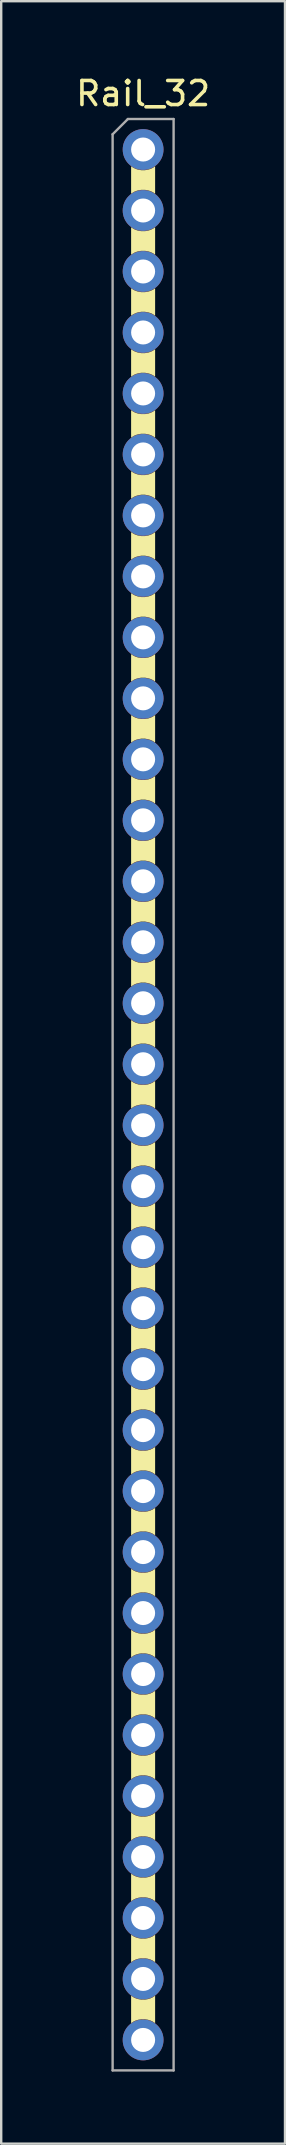
<source format=kicad_pcb>
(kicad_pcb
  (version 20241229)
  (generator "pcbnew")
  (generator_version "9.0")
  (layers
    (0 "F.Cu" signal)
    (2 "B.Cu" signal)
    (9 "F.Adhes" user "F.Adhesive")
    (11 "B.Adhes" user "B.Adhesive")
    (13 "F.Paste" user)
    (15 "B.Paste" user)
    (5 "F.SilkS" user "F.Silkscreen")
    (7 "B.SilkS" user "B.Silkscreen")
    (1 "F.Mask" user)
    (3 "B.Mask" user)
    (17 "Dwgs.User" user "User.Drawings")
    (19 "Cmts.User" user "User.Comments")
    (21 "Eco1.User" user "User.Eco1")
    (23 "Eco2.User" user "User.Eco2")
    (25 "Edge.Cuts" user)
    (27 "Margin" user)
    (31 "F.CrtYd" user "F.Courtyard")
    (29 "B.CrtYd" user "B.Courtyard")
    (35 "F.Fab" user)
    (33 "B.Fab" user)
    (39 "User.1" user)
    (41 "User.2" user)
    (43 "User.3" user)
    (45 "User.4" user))
  (footprint "Rail_32"
    (layer "F.Cu")
    (at 2.911 3.178)
    (property "Reference" "Rail_32" (at 0 -2.33 0) (layer "F.SilkS") (effects (font (size 1 1) (thickness 0.15))))
    (attr through_hole)
    (fp_poly (pts (xy 0.5 1.84) (xy 0.39 1.77) (xy 0.3 1.73) (xy 0.2 1.7) (xy 0.08 1.68) (xy 0 1.68) (xy -0.08 1.68) (xy -0.2 1.7) (xy -0.3 1.73) (xy -0.39 1.77) (xy -0.5 1.84) (xy -0.5 0.7) (xy -0.39 0.77) (xy -0.3 0.81) (xy -0.2 0.84) (xy -0.08 0.86) (xy 0 0.86) (xy 0.08 0.86) (xy 0.2 0.84) (xy 0.3 0.81) (xy 0.39 0.77) (xy 0.5 0.7)) (stroke (width 0) (type solid)) (fill yes) (layer "F.SilkS"))
    (fp_poly (pts (xy 0.5 4.38) (xy 0.39 4.31) (xy 0.3 4.27) (xy 0.2 4.24) (xy 0.08 4.22) (xy 0 4.22) (xy -0.08 4.22) (xy -0.2 4.24) (xy -0.3 4.27) (xy -0.39 4.31) (xy -0.5 4.38) (xy -0.5 3.24) (xy -0.39 3.31) (xy -0.3 3.35) (xy -0.2 3.38) (xy -0.08 3.4) (xy 0 3.4) (xy 0.08 3.4) (xy 0.2 3.38) (xy 0.3 3.35) (xy 0.39 3.31) (xy 0.5 3.24)) (stroke (width 0) (type solid)) (fill yes) (layer "F.SilkS"))
    (fp_poly (pts (xy 0.5 6.92) (xy 0.39 6.85) (xy 0.3 6.81) (xy 0.2 6.78) (xy 0.08 6.76) (xy 0 6.76) (xy -0.08 6.76) (xy -0.2 6.78) (xy -0.3 6.81) (xy -0.39 6.85) (xy -0.5 6.92) (xy -0.5 5.78) (xy -0.39 5.85) (xy -0.3 5.89) (xy -0.2 5.92) (xy -0.08 5.94) (xy 0 5.94) (xy 0.08 5.94) (xy 0.2 5.92) (xy 0.3 5.89) (xy 0.39 5.85) (xy 0.5 5.78)) (stroke (width 0) (type solid)) (fill yes) (layer "F.SilkS"))
    (fp_poly (pts (xy 0.5 9.46) (xy 0.39 9.39) (xy 0.3 9.35) (xy 0.2 9.32) (xy 0.08 9.3) (xy 0 9.3) (xy -0.08 9.3) (xy -0.2 9.32) (xy -0.3 9.35) (xy -0.39 9.39) (xy -0.5 9.46) (xy -0.5 8.32) (xy -0.39 8.39) (xy -0.3 8.43) (xy -0.2 8.46) (xy -0.08 8.48) (xy 0 8.48) (xy 0.08 8.48) (xy 0.2 8.46) (xy 0.3 8.43) (xy 0.39 8.39) (xy 0.5 8.32)) (stroke (width 0) (type solid)) (fill yes) (layer "F.SilkS"))
    (fp_poly (pts (xy 0.5 12) (xy 0.39 11.93) (xy 0.3 11.89) (xy 0.2 11.86) (xy 0.08 11.84) (xy 0 11.84) (xy -0.08 11.84) (xy -0.2 11.86) (xy -0.3 11.89) (xy -0.39 11.93) (xy -0.5 12) (xy -0.5 10.86) (xy -0.39 10.93) (xy -0.3 10.97) (xy -0.2 11) (xy -0.08 11.02) (xy 0 11.02) (xy 0.08 11.02) (xy 0.2 11) (xy 0.3 10.97) (xy 0.39 10.93) (xy 0.5 10.86)) (stroke (width 0) (type solid)) (fill yes) (layer "F.SilkS"))
    (fp_poly (pts (xy 0.5 14.54) (xy 0.39 14.47) (xy 0.3 14.43) (xy 0.2 14.4) (xy 0.08 14.38) (xy 0 14.38) (xy -0.08 14.38) (xy -0.2 14.4) (xy -0.3 14.43) (xy -0.39 14.47) (xy -0.5 14.54) (xy -0.5 13.4) (xy -0.39 13.47) (xy -0.3 13.51) (xy -0.2 13.54) (xy -0.08 13.56) (xy 0 13.56) (xy 0.08 13.56) (xy 0.2 13.54) (xy 0.3 13.51) (xy 0.39 13.47) (xy 0.5 13.4)) (stroke (width 0) (type solid)) (fill yes) (layer "F.SilkS"))
    (fp_poly (pts (xy 0.5 17.08) (xy 0.39 17.01) (xy 0.3 16.97) (xy 0.2 16.94) (xy 0.08 16.92) (xy 0 16.92) (xy -0.08 16.92) (xy -0.2 16.94) (xy -0.3 16.97) (xy -0.39 17.01) (xy -0.5 17.08) (xy -0.5 15.94) (xy -0.39 16.01) (xy -0.3 16.05) (xy -0.2 16.08) (xy -0.08 16.1) (xy 0 16.1) (xy 0.08 16.1) (xy 0.2 16.08) (xy 0.3 16.05) (xy 0.39 16.01) (xy 0.5 15.94)) (stroke (width 0) (type solid)) (fill yes) (layer "F.SilkS"))
    (fp_poly (pts (xy 0.5 19.62) (xy 0.39 19.55) (xy 0.3 19.51) (xy 0.2 19.48) (xy 0.08 19.46) (xy 0 19.46) (xy -0.08 19.46) (xy -0.2 19.48) (xy -0.3 19.51) (xy -0.39 19.55) (xy -0.5 19.62) (xy -0.5 18.48) (xy -0.39 18.55) (xy -0.3 18.59) (xy -0.2 18.62) (xy -0.08 18.64) (xy 0 18.64) (xy 0.08 18.64) (xy 0.2 18.62) (xy 0.3 18.59) (xy 0.39 18.55) (xy 0.5 18.48)) (stroke (width 0) (type solid)) (fill yes) (layer "F.SilkS"))
    (fp_poly (pts (xy 0.5 22.16) (xy 0.39 22.09) (xy 0.3 22.05) (xy 0.2 22.02) (xy 0.08 22) (xy 0 22) (xy -0.08 22) (xy -0.2 22.02) (xy -0.3 22.05) (xy -0.39 22.09) (xy -0.5 22.16) (xy -0.5 21.02) (xy -0.39 21.09) (xy -0.3 21.13) (xy -0.2 21.16) (xy -0.08 21.18) (xy 0 21.18) (xy 0.08 21.18) (xy 0.2 21.16) (xy 0.3 21.13) (xy 0.39 21.09) (xy 0.5 21.02)) (stroke (width 0) (type solid)) (fill yes) (layer "F.SilkS"))
    (fp_poly (pts (xy 0.5 24.7) (xy 0.39 24.63) (xy 0.3 24.59) (xy 0.2 24.56) (xy 0.08 24.54) (xy 0 24.54) (xy -0.08 24.54) (xy -0.2 24.56) (xy -0.3 24.59) (xy -0.39 24.63) (xy -0.5 24.7) (xy -0.5 23.56) (xy -0.39 23.63) (xy -0.3 23.67) (xy -0.2 23.7) (xy -0.08 23.72) (xy 0 23.72) (xy 0.08 23.72) (xy 0.2 23.7) (xy 0.3 23.67) (xy 0.39 23.63) (xy 0.5 23.56)) (stroke (width 0) (type solid)) (fill yes) (layer "F.SilkS"))
    (fp_poly (pts (xy 0.5 27.24) (xy 0.39 27.17) (xy 0.3 27.13) (xy 0.2 27.1) (xy 0.08 27.08) (xy 0 27.08) (xy -0.08 27.08) (xy -0.2 27.1) (xy -0.3 27.13) (xy -0.39 27.17) (xy -0.5 27.24) (xy -0.5 26.1) (xy -0.39 26.17) (xy -0.3 26.21) (xy -0.2 26.24) (xy -0.08 26.26) (xy 0 26.26) (xy 0.08 26.26) (xy 0.2 26.24) (xy 0.3 26.21) (xy 0.39 26.17) (xy 0.5 26.1)) (stroke (width 0) (type solid)) (fill yes) (layer "F.SilkS"))
    (fp_poly (pts (xy 0.5 29.78) (xy 0.39 29.71) (xy 0.3 29.67) (xy 0.2 29.64) (xy 0.08 29.62) (xy 0 29.62) (xy -0.08 29.62) (xy -0.2 29.64) (xy -0.3 29.67) (xy -0.39 29.71) (xy -0.5 29.78) (xy -0.5 28.64) (xy -0.39 28.71) (xy -0.3 28.75) (xy -0.2 28.78) (xy -0.08 28.8) (xy 0 28.8) (xy 0.08 28.8) (xy 0.2 28.78) (xy 0.3 28.75) (xy 0.39 28.71) (xy 0.5 28.64)) (stroke (width 0) (type solid)) (fill yes) (layer "F.SilkS"))
    (fp_poly (pts (xy 0.5 32.32) (xy 0.39 32.25) (xy 0.3 32.21) (xy 0.2 32.18) (xy 0.08 32.16) (xy 0 32.16) (xy -0.08 32.16) (xy -0.2 32.18) (xy -0.3 32.21) (xy -0.39 32.25) (xy -0.5 32.32) (xy -0.5 31.18) (xy -0.39 31.25) (xy -0.3 31.29) (xy -0.2 31.32) (xy -0.08 31.34) (xy 0 31.34) (xy 0.08 31.34) (xy 0.2 31.32) (xy 0.3 31.29) (xy 0.39 31.25) (xy 0.5 31.18)) (stroke (width 0) (type solid)) (fill yes) (layer "F.SilkS"))
    (fp_poly (pts (xy 0.5 34.86) (xy 0.39 34.79) (xy 0.3 34.75) (xy 0.2 34.72) (xy 0.08 34.7) (xy 0 34.7) (xy -0.08 34.7) (xy -0.2 34.72) (xy -0.3 34.75) (xy -0.39 34.79) (xy -0.5 34.86) (xy -0.5 33.72) (xy -0.39 33.79) (xy -0.3 33.83) (xy -0.2 33.86) (xy -0.08 33.88) (xy 0 33.88) (xy 0.08 33.88) (xy 0.2 33.86) (xy 0.3 33.83) (xy 0.39 33.79) (xy 0.5 33.72)) (stroke (width 0) (type solid)) (fill yes) (layer "F.SilkS"))
    (fp_poly (pts (xy 0.5 37.4) (xy 0.39 37.33) (xy 0.3 37.29) (xy 0.2 37.26) (xy 0.08 37.24) (xy 0 37.24) (xy -0.08 37.24) (xy -0.2 37.26) (xy -0.3 37.29) (xy -0.39 37.33) (xy -0.5 37.4) (xy -0.5 36.26) (xy -0.39 36.33) (xy -0.3 36.37) (xy -0.2 36.4) (xy -0.08 36.42) (xy 0 36.42) (xy 0.08 36.42) (xy 0.2 36.4) (xy 0.3 36.37) (xy 0.39 36.33) (xy 0.5 36.26)) (stroke (width 0) (type solid)) (fill yes) (layer "F.SilkS"))
    (fp_poly (pts (xy 0.5 39.94) (xy 0.39 39.87) (xy 0.3 39.83) (xy 0.2 39.8) (xy 0.08 39.78) (xy 0 39.78) (xy -0.08 39.78) (xy -0.2 39.8) (xy -0.3 39.83) (xy -0.39 39.87) (xy -0.5 39.94) (xy -0.5 38.8) (xy -0.39 38.87) (xy -0.3 38.91) (xy -0.2 38.94) (xy -0.08 38.96) (xy 0 38.96) (xy 0.08 38.96) (xy 0.2 38.94) (xy 0.3 38.91) (xy 0.39 38.87) (xy 0.5 38.8)) (stroke (width 0) (type solid)) (fill yes) (layer "F.SilkS"))
    (fp_poly (pts (xy 0.5 42.48) (xy 0.39 42.41) (xy 0.3 42.37) (xy 0.2 42.34) (xy 0.08 42.32) (xy 0 42.32) (xy -0.08 42.32) (xy -0.2 42.34) (xy -0.3 42.37) (xy -0.39 42.41) (xy -0.5 42.48) (xy -0.5 41.34) (xy -0.39 41.41) (xy -0.3 41.45) (xy -0.2 41.48) (xy -0.08 41.5) (xy 0 41.5) (xy 0.08 41.5) (xy 0.2 41.48) (xy 0.3 41.45) (xy 0.39 41.41) (xy 0.5 41.34)) (stroke (width 0) (type solid)) (fill yes) (layer "F.SilkS"))
    (fp_poly (pts (xy 0.5 45.02) (xy 0.39 44.95) (xy 0.3 44.91) (xy 0.2 44.88) (xy 0.08 44.86) (xy 0 44.86) (xy -0.08 44.86) (xy -0.2 44.88) (xy -0.3 44.91) (xy -0.39 44.95) (xy -0.5 45.02) (xy -0.5 43.88) (xy -0.39 43.95) (xy -0.3 43.99) (xy -0.2 44.02) (xy -0.08 44.04) (xy 0 44.04) (xy 0.08 44.04) (xy 0.2 44.02) (xy 0.3 43.99) (xy 0.39 43.95) (xy 0.5 43.88)) (stroke (width 0) (type solid)) (fill yes) (layer "F.SilkS"))
    (fp_poly (pts (xy 0.5 47.56) (xy 0.39 47.49) (xy 0.3 47.45) (xy 0.2 47.42) (xy 0.08 47.4) (xy 0 47.4) (xy -0.08 47.4) (xy -0.2 47.42) (xy -0.3 47.45) (xy -0.39 47.49) (xy -0.5 47.56) (xy -0.5 46.42) (xy -0.39 46.49) (xy -0.3 46.53) (xy -0.2 46.56) (xy -0.08 46.58) (xy 0 46.58) (xy 0.08 46.58) (xy 0.2 46.56) (xy 0.3 46.53) (xy 0.39 46.49) (xy 0.5 46.42)) (stroke (width 0) (type solid)) (fill yes) (layer "F.SilkS"))
    (fp_poly (pts (xy 0.5 50.1) (xy 0.39 50.03) (xy 0.3 49.99) (xy 0.2 49.96) (xy 0.08 49.94) (xy 0 49.94) (xy -0.08 49.94) (xy -0.2 49.96) (xy -0.3 49.99) (xy -0.39 50.03) (xy -0.5 50.1) (xy -0.5 48.96) (xy -0.39 49.03) (xy -0.3 49.07) (xy -0.2 49.1) (xy -0.08 49.12) (xy 0 49.12) (xy 0.08 49.12) (xy 0.2 49.1) (xy 0.3 49.07) (xy 0.39 49.03) (xy 0.5 48.96)) (stroke (width 0) (type solid)) (fill yes) (layer "F.SilkS"))
    (fp_poly (pts (xy 0.5 52.64) (xy 0.39 52.57) (xy 0.3 52.53) (xy 0.2 52.5) (xy 0.08 52.48) (xy 0 52.48) (xy -0.08 52.48) (xy -0.2 52.5) (xy -0.3 52.53) (xy -0.39 52.57) (xy -0.5 52.64) (xy -0.5 51.5) (xy -0.39 51.57) (xy -0.3 51.61) (xy -0.2 51.64) (xy -0.08 51.66) (xy 0 51.66) (xy 0.08 51.66) (xy 0.2 51.64) (xy 0.3 51.61) (xy 0.39 51.57) (xy 0.5 51.5)) (stroke (width 0) (type solid)) (fill yes) (layer "F.SilkS"))
    (fp_poly (pts (xy 0.5 55.18) (xy 0.39 55.11) (xy 0.3 55.07) (xy 0.2 55.04) (xy 0.08 55.02) (xy 0 55.02) (xy -0.08 55.02) (xy -0.2 55.04) (xy -0.3 55.07) (xy -0.39 55.11) (xy -0.5 55.18) (xy -0.5 54.04) (xy -0.39 54.11) (xy -0.3 54.15) (xy -0.2 54.18) (xy -0.08 54.2) (xy 0 54.2) (xy 0.08 54.2) (xy 0.2 54.18) (xy 0.3 54.15) (xy 0.39 54.11) (xy 0.5 54.04)) (stroke (width 0) (type solid)) (fill yes) (layer "F.SilkS"))
    (fp_poly (pts (xy 0.5 57.72) (xy 0.39 57.65) (xy 0.3 57.61) (xy 0.2 57.58) (xy 0.08 57.56) (xy 0 57.56) (xy -0.08 57.56) (xy -0.2 57.58) (xy -0.3 57.61) (xy -0.39 57.65) (xy -0.5 57.72) (xy -0.5 56.58) (xy -0.39 56.65) (xy -0.3 56.69) (xy -0.2 56.72) (xy -0.08 56.74) (xy 0 56.74) (xy 0.08 56.74) (xy 0.2 56.72) (xy 0.3 56.69) (xy 0.39 56.65) (xy 0.5 56.58)) (stroke (width 0) (type solid)) (fill yes) (layer "F.SilkS"))
    (fp_poly (pts (xy 0.5 60.26) (xy 0.39 60.19) (xy 0.3 60.15) (xy 0.2 60.12) (xy 0.08 60.1) (xy 0 60.1) (xy -0.08 60.1) (xy -0.2 60.12) (xy -0.3 60.15) (xy -0.39 60.19) (xy -0.5 60.26) (xy -0.5 59.12) (xy -0.39 59.19) (xy -0.3 59.23) (xy -0.2 59.26) (xy -0.08 59.28) (xy 0 59.28) (xy 0.08 59.28) (xy 0.2 59.26) (xy 0.3 59.23) (xy 0.39 59.19) (xy 0.5 59.12)) (stroke (width 0) (type solid)) (fill yes) (layer "F.SilkS"))
    (fp_poly (pts (xy 0.5 62.8) (xy 0.39 62.73) (xy 0.3 62.69) (xy 0.2 62.66) (xy 0.08 62.64) (xy 0 62.64) (xy -0.08 62.64) (xy -0.2 62.66) (xy -0.3 62.69) (xy -0.39 62.73) (xy -0.5 62.8) (xy -0.5 61.66) (xy -0.39 61.73) (xy -0.3 61.77) (xy -0.2 61.8) (xy -0.08 61.82) (xy 0 61.82) (xy 0.08 61.82) (xy 0.2 61.8) (xy 0.3 61.77) (xy 0.39 61.73) (xy 0.5 61.66)) (stroke (width 0) (type solid)) (fill yes) (layer "F.SilkS"))
    (fp_poly (pts (xy 0.5 65.34) (xy 0.39 65.27) (xy 0.3 65.23) (xy 0.2 65.2) (xy 0.08 65.18) (xy 0 65.18) (xy -0.08 65.18) (xy -0.2 65.2) (xy -0.3 65.23) (xy -0.39 65.27) (xy -0.5 65.34) (xy -0.5 64.2) (xy -0.39 64.27) (xy -0.3 64.31) (xy -0.2 64.34) (xy -0.08 64.36) (xy 0 64.36) (xy 0.08 64.36) (xy 0.2 64.34) (xy 0.3 64.31) (xy 0.39 64.27) (xy 0.5 64.2)) (stroke (width 0) (type solid)) (fill yes) (layer "F.SilkS"))
    (fp_poly (pts (xy 0.5 67.88) (xy 0.39 67.81) (xy 0.3 67.77) (xy 0.2 67.74) (xy 0.08 67.72) (xy 0 67.72) (xy -0.08 67.72) (xy -0.2 67.74) (xy -0.3 67.77) (xy -0.39 67.81) (xy -0.5 67.88) (xy -0.5 66.74) (xy -0.39 66.81) (xy -0.3 66.85) (xy -0.2 66.88) (xy -0.08 66.9) (xy 0 66.9) (xy 0.08 66.9) (xy 0.2 66.88) (xy 0.3 66.85) (xy 0.39 66.81) (xy 0.5 66.74)) (stroke (width 0) (type solid)) (fill yes) (layer "F.SilkS"))
    (fp_poly (pts (xy 0.5 70.42) (xy 0.39 70.35) (xy 0.3 70.31) (xy 0.2 70.28) (xy 0.08 70.26) (xy 0 70.26) (xy -0.08 70.26) (xy -0.2 70.28) (xy -0.3 70.31) (xy -0.39 70.35) (xy -0.5 70.42) (xy -0.5 69.28) (xy -0.39 69.35) (xy -0.3 69.39) (xy -0.2 69.42) (xy -0.08 69.44) (xy 0 69.44) (xy 0.08 69.44) (xy 0.2 69.42) (xy 0.3 69.39) (xy 0.39 69.35) (xy 0.5 69.28)) (stroke (width 0) (type solid)) (fill yes) (layer "F.SilkS"))
    (fp_poly (pts (xy 0.5 72.96) (xy 0.39 72.89) (xy 0.3 72.85) (xy 0.2 72.82) (xy 0.08 72.8) (xy 0 72.8) (xy -0.08 72.8) (xy -0.2 72.82) (xy -0.3 72.85) (xy -0.39 72.89) (xy -0.5 72.96) (xy -0.5 71.82) (xy -0.39 71.89) (xy -0.3 71.93) (xy -0.2 71.96) (xy -0.08 71.98) (xy 0 71.98) (xy 0.08 71.98) (xy 0.2 71.96) (xy 0.3 71.93) (xy 0.39 71.89) (xy 0.5 71.82)) (stroke (width 0) (type solid)) (fill yes) (layer "F.SilkS"))
    (fp_poly (pts (xy 0.5 75.5) (xy 0.39 75.43) (xy 0.3 75.39) (xy 0.2 75.36) (xy 0.08 75.34) (xy 0 75.34) (xy -0.08 75.34) (xy -0.2 75.36) (xy -0.3 75.39) (xy -0.39 75.43) (xy -0.5 75.5) (xy -0.5 74.36) (xy -0.39 74.43) (xy -0.3 74.47) (xy -0.2 74.5) (xy -0.08 74.52) (xy 0 74.52) (xy 0.08 74.52) (xy 0.2 74.5) (xy 0.3 74.47) (xy 0.39 74.43) (xy 0.5 74.36)) (stroke (width 0) (type solid)) (fill yes) (layer "F.SilkS"))
    (fp_poly (pts (xy 0.5 78.04) (xy 0.39 77.97) (xy 0.3 77.93) (xy 0.2 77.9) (xy 0.08 77.88) (xy 0 77.88) (xy -0.08 77.88) (xy -0.2 77.9) (xy -0.3 77.93) (xy -0.39 77.97) (xy -0.5 78.04) (xy -0.5 76.9) (xy -0.39 76.97) (xy -0.3 77.01) (xy -0.2 77.04) (xy -0.08 77.06) (xy 0 77.06) (xy 0.08 77.06) (xy 0.2 77.04) (xy 0.3 77.01) (xy 0.39 76.97) (xy 0.5 76.9)) (stroke (width 0) (type solid)) (fill yes) (layer "F.SilkS"))
    (fp_line (start -1.27 -0.635) (end -0.635 -1.27) (stroke (width 0.1) (type solid)) (layer "F.Fab"))
    (fp_line (start -1.27 80.01) (end -1.27 -0.635) (stroke (width 0.1) (type solid)) (layer "F.Fab"))
    (fp_line (start -0.635 -1.27) (end 1.27 -1.27) (stroke (width 0.1) (type solid)) (layer "F.Fab"))
    (fp_line (start 1.27 -1.27) (end 1.27 80.01) (stroke (width 0.1) (type solid)) (layer "F.Fab"))
    (fp_line (start 1.27 80.01) (end -1.27 80.01) (stroke (width 0.1) (type solid)) (layer "F.Fab"))
    (pad "1" thru_hole circle (at 0 0) (size 1.7 1.7) (drill 1) (layers "*.Cu" "*.Mask"))
    (pad "2" thru_hole oval (at 0 2.54) (size 1.7 1.7) (drill 1) (layers "*.Cu" "*.Mask"))
    (pad "3" thru_hole oval (at 0 5.08) (size 1.7 1.7) (drill 1) (layers "*.Cu" "*.Mask"))
    (pad "4" thru_hole oval (at 0 7.62) (size 1.7 1.7) (drill 1) (layers "*.Cu" "*.Mask"))
    (pad "5" thru_hole oval (at 0 10.16) (size 1.7 1.7) (drill 1) (layers "*.Cu" "*.Mask"))
    (pad "6" thru_hole oval (at 0 12.7) (size 1.7 1.7) (drill 1) (layers "*.Cu" "*.Mask"))
    (pad "7" thru_hole oval (at 0 15.24) (size 1.7 1.7) (drill 1) (layers "*.Cu" "*.Mask"))
    (pad "8" thru_hole oval (at 0 17.78) (size 1.7 1.7) (drill 1) (layers "*.Cu" "*.Mask"))
    (pad "9" thru_hole oval (at 0 20.32) (size 1.7 1.7) (drill 1) (layers "*.Cu" "*.Mask"))
    (pad "10" thru_hole oval (at 0 22.86) (size 1.7 1.7) (drill 1) (layers "*.Cu" "*.Mask"))
    (pad "11" thru_hole oval (at 0 25.4) (size 1.7 1.7) (drill 1) (layers "*.Cu" "*.Mask"))
    (pad "12" thru_hole oval (at 0 27.94) (size 1.7 1.7) (drill 1) (layers "*.Cu" "*.Mask"))
    (pad "13" thru_hole oval (at 0 30.48) (size 1.7 1.7) (drill 1) (layers "*.Cu" "*.Mask"))
    (pad "14" thru_hole oval (at 0 33.02) (size 1.7 1.7) (drill 1) (layers "*.Cu" "*.Mask"))
    (pad "15" thru_hole oval (at 0 35.56) (size 1.7 1.7) (drill 1) (layers "*.Cu" "*.Mask"))
    (pad "16" thru_hole oval (at 0 38.1) (size 1.7 1.7) (drill 1) (layers "*.Cu" "*.Mask"))
    (pad "17" thru_hole oval (at 0 40.64) (size 1.7 1.7) (drill 1) (layers "*.Cu" "*.Mask"))
    (pad "18" thru_hole oval (at 0 43.18) (size 1.7 1.7) (drill 1) (layers "*.Cu" "*.Mask"))
    (pad "19" thru_hole oval (at 0 45.72) (size 1.7 1.7) (drill 1) (layers "*.Cu" "*.Mask"))
    (pad "20" thru_hole oval (at 0 48.26) (size 1.7 1.7) (drill 1) (layers "*.Cu" "*.Mask"))
    (pad "21" thru_hole oval (at 0 50.8) (size 1.7 1.7) (drill 1) (layers "*.Cu" "*.Mask"))
    (pad "22" thru_hole oval (at 0 53.34) (size 1.7 1.7) (drill 1) (layers "*.Cu" "*.Mask"))
    (pad "23" thru_hole oval (at 0 55.88) (size 1.7 1.7) (drill 1) (layers "*.Cu" "*.Mask"))
    (pad "24" thru_hole oval (at 0 58.42) (size 1.7 1.7) (drill 1) (layers "*.Cu" "*.Mask"))
    (pad "25" thru_hole oval (at 0 60.96) (size 1.7 1.7) (drill 1) (layers "*.Cu" "*.Mask"))
    (pad "26" thru_hole oval (at 0 63.5) (size 1.7 1.7) (drill 1) (layers "*.Cu" "*.Mask"))
    (pad "27" thru_hole oval (at 0 66.04) (size 1.7 1.7) (drill 1) (layers "*.Cu" "*.Mask"))
    (pad "28" thru_hole oval (at 0 68.58) (size 1.7 1.7) (drill 1) (layers "*.Cu" "*.Mask"))
    (pad "29" thru_hole oval (at 0 71.12) (size 1.7 1.7) (drill 1) (layers "*.Cu" "*.Mask"))
    (pad "30" thru_hole oval (at 0 73.66) (size 1.7 1.7) (drill 1) (layers "*.Cu" "*.Mask"))
    (pad "31" thru_hole oval (at 0 76.2) (size 1.7 1.7) (drill 1) (layers "*.Cu" "*.Mask"))
    (pad "32" thru_hole oval (at 0 78.74) (size 1.7 1.7) (drill 1) (layers "*.Cu" "*.Mask")))
  (gr_rect
    (start -3 -3)
    (end 8.821 86.238)
    (stroke (width 0.1) (type default))
    (fill no)
    (layer "Edge.Cuts")))
</source>
